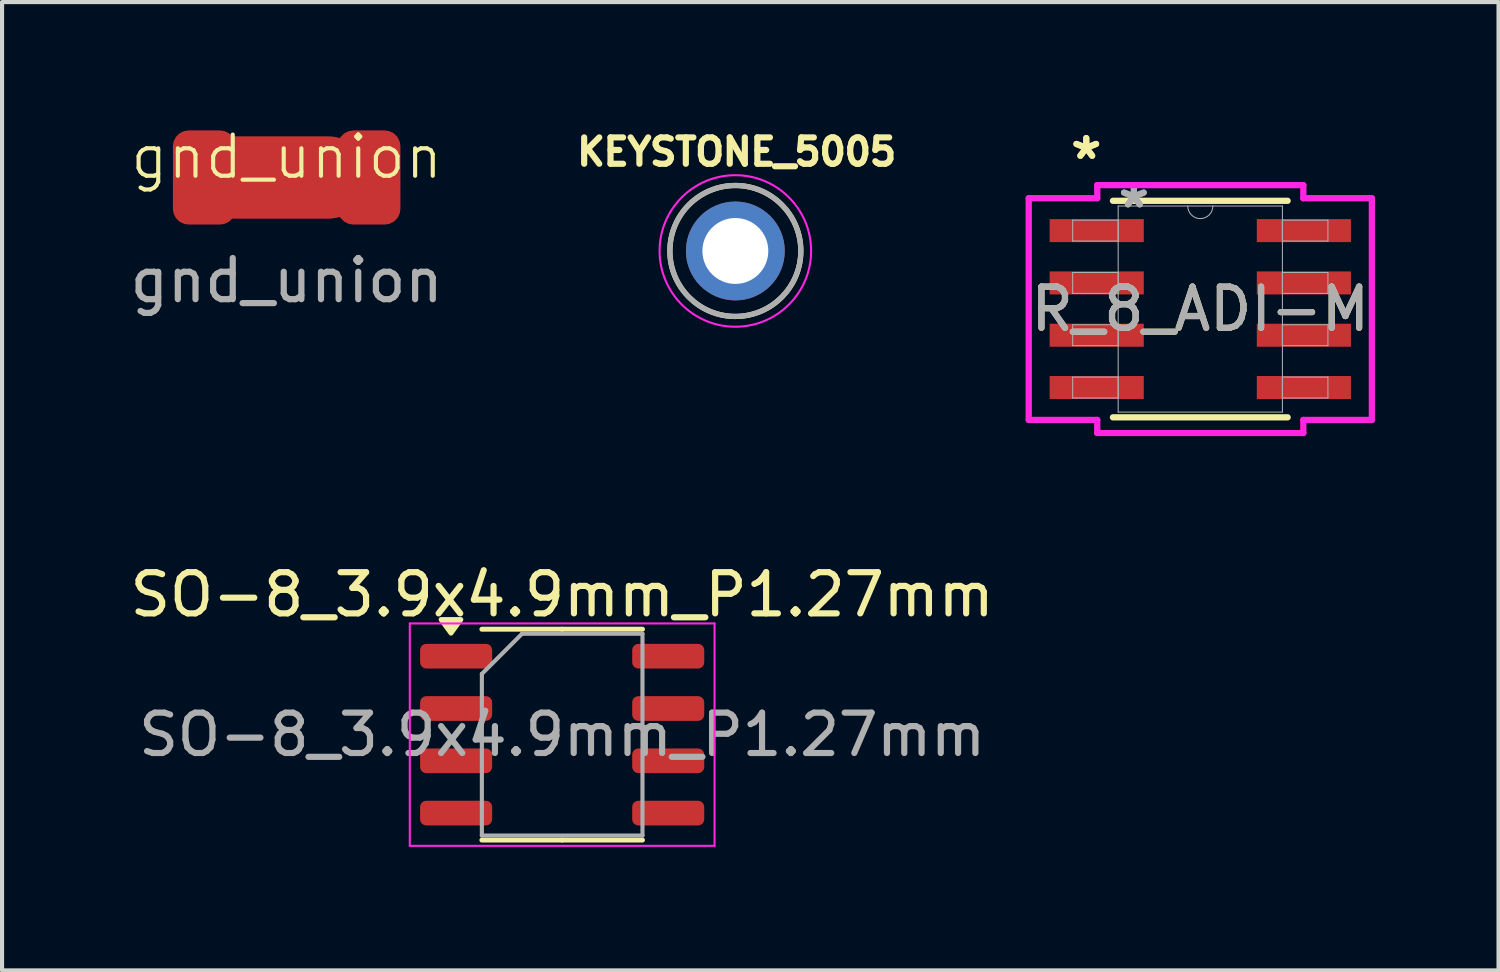
<source format=kicad_pcb>
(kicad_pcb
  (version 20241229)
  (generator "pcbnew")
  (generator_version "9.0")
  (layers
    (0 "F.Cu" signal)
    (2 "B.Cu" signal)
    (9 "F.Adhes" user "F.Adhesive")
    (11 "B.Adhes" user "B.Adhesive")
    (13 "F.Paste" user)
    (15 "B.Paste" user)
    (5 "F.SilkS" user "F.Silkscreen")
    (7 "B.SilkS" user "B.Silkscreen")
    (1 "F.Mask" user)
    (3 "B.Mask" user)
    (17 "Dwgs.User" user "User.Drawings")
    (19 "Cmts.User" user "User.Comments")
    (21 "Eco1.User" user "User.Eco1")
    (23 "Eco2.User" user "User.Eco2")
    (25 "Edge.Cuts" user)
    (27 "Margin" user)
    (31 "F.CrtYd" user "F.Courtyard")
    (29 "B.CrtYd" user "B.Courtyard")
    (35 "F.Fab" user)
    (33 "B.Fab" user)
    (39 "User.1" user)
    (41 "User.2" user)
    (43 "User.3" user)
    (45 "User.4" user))
  (footprint "gnd_union"
    (layer "F.Cu")
    (at 3.911 1.26)
    (property "Reference" "gnd_union" (at 0 -0.5 0) (unlocked yes) (layer "F.SilkS") (effects (font (size 1 1) (thickness 0.1))))
    (attr smd)
    (fp_line (start -1.238 0) (end 1 0) (stroke (width 2) (type solid)) (layer "F.Cu"))
    (fp_text user "${REFERENCE}" (at 0 2.5 0) (unlocked yes) (layer "F.Fab") (effects (font (size 1 1) (thickness 0.15))))
    (pad "1" smd roundrect (at -2 0 90) (size 2.286 1.524) (layers "F.Cu") (roundrect_rratio 0.25))
    (pad "2" smd roundrect (at 2 0 90) (size 2.286 1.524) (layers "F.Cu") (roundrect_rratio 0.25)))
  (footprint "R_8_ADI-M"
    (layer "F.Cu")
    (at 26.096 4.455)
    (property "Reference" "R_8_ADI-M" (at 0 0 0) (unlocked yes) (layer "F.SilkS") (effects (font (size 1 1) (thickness 0.15))))
    (attr smd)
    (fp_line (start -2.121 2.629) (end 2.121 2.629) (stroke (width 0.152) (type solid)) (layer "F.SilkS"))
    (fp_line (start 2.121 -2.629) (end -2.121 -2.629) (stroke (width 0.152) (type solid)) (layer "F.SilkS"))
    (fp_line (start -4.166 -2.692) (end -2.502 -2.692) (stroke (width 0.152) (type solid)) (layer "F.CrtYd"))
    (fp_line (start -4.166 2.692) (end -4.166 -2.692) (stroke (width 0.152) (type solid)) (layer "F.CrtYd"))
    (fp_line (start -4.166 2.692) (end -2.502 2.692) (stroke (width 0.152) (type solid)) (layer "F.CrtYd"))
    (fp_line (start -2.502 -3.01) (end 2.502 -3.01) (stroke (width 0.152) (type solid)) (layer "F.CrtYd"))
    (fp_line (start -2.502 -2.692) (end -2.502 -3.01) (stroke (width 0.152) (type solid)) (layer "F.CrtYd"))
    (fp_line (start -2.502 3.01) (end -2.502 2.692) (stroke (width 0.152) (type solid)) (layer "F.CrtYd"))
    (fp_line (start 2.502 -3.01) (end 2.502 -2.692) (stroke (width 0.152) (type solid)) (layer "F.CrtYd"))
    (fp_line (start 2.502 2.692) (end 2.502 3.01) (stroke (width 0.152) (type solid)) (layer "F.CrtYd"))
    (fp_line (start 2.502 3.01) (end -2.502 3.01) (stroke (width 0.152) (type solid)) (layer "F.CrtYd"))
    (fp_line (start 4.166 -2.692) (end 2.502 -2.692) (stroke (width 0.152) (type solid)) (layer "F.CrtYd"))
    (fp_line (start 4.166 -2.692) (end 4.166 2.692) (stroke (width 0.152) (type solid)) (layer "F.CrtYd"))
    (fp_line (start 4.166 2.692) (end 2.502 2.692) (stroke (width 0.152) (type solid)) (layer "F.CrtYd"))
    (fp_line (start -3.099 -2.159) (end -3.099 -1.651) (stroke (width 0.025) (type solid)) (layer "F.Fab"))
    (fp_line (start -3.099 -1.651) (end -1.994 -1.651) (stroke (width 0.025) (type solid)) (layer "F.Fab"))
    (fp_line (start -3.099 -0.889) (end -3.099 -0.381) (stroke (width 0.025) (type solid)) (layer "F.Fab"))
    (fp_line (start -3.099 -0.381) (end -1.994 -0.381) (stroke (width 0.025) (type solid)) (layer "F.Fab"))
    (fp_line (start -3.099 0.381) (end -3.099 0.889) (stroke (width 0.025) (type solid)) (layer "F.Fab"))
    (fp_line (start -3.099 0.889) (end -1.994 0.889) (stroke (width 0.025) (type solid)) (layer "F.Fab"))
    (fp_line (start -3.099 1.651) (end -3.099 2.159) (stroke (width 0.025) (type solid)) (layer "F.Fab"))
    (fp_line (start -3.099 2.159) (end -1.994 2.159) (stroke (width 0.025) (type solid)) (layer "F.Fab"))
    (fp_line (start -1.994 -2.502) (end -1.994 2.502) (stroke (width 0.025) (type solid)) (layer "F.Fab"))
    (fp_line (start -1.994 -2.159) (end -3.099 -2.159) (stroke (width 0.025) (type solid)) (layer "F.Fab"))
    (fp_line (start -1.994 -1.651) (end -1.994 -2.159) (stroke (width 0.025) (type solid)) (layer "F.Fab"))
    (fp_line (start -1.994 -0.889) (end -3.099 -0.889) (stroke (width 0.025) (type solid)) (layer "F.Fab"))
    (fp_line (start -1.994 -0.381) (end -1.994 -0.889) (stroke (width 0.025) (type solid)) (layer "F.Fab"))
    (fp_line (start -1.994 0.381) (end -3.099 0.381) (stroke (width 0.025) (type solid)) (layer "F.Fab"))
    (fp_line (start -1.994 0.889) (end -1.994 0.381) (stroke (width 0.025) (type solid)) (layer "F.Fab"))
    (fp_line (start -1.994 1.651) (end -3.099 1.651) (stroke (width 0.025) (type solid)) (layer "F.Fab"))
    (fp_line (start -1.994 2.159) (end -1.994 1.651) (stroke (width 0.025) (type solid)) (layer "F.Fab"))
    (fp_line (start -1.994 2.502) (end 1.994 2.502) (stroke (width 0.025) (type solid)) (layer "F.Fab"))
    (fp_line (start 1.994 -2.502) (end -1.994 -2.502) (stroke (width 0.025) (type solid)) (layer "F.Fab"))
    (fp_line (start 1.994 -2.159) (end 1.994 -1.651) (stroke (width 0.025) (type solid)) (layer "F.Fab"))
    (fp_line (start 1.994 -1.651) (end 3.099 -1.651) (stroke (width 0.025) (type solid)) (layer "F.Fab"))
    (fp_line (start 1.994 -0.889) (end 1.994 -0.381) (stroke (width 0.025) (type solid)) (layer "F.Fab"))
    (fp_line (start 1.994 -0.381) (end 3.099 -0.381) (stroke (width 0.025) (type solid)) (layer "F.Fab"))
    (fp_line (start 1.994 0.381) (end 1.994 0.889) (stroke (width 0.025) (type solid)) (layer "F.Fab"))
    (fp_line (start 1.994 0.889) (end 3.099 0.889) (stroke (width 0.025) (type solid)) (layer "F.Fab"))
    (fp_line (start 1.994 1.651) (end 1.994 2.159) (stroke (width 0.025) (type solid)) (layer "F.Fab"))
    (fp_line (start 1.994 2.159) (end 3.099 2.159) (stroke (width 0.025) (type solid)) (layer "F.Fab"))
    (fp_line (start 1.994 2.502) (end 1.994 -2.502) (stroke (width 0.025) (type solid)) (layer "F.Fab"))
    (fp_line (start 3.099 -2.159) (end 1.994 -2.159) (stroke (width 0.025) (type solid)) (layer "F.Fab"))
    (fp_line (start 3.099 -1.651) (end 3.099 -2.159) (stroke (width 0.025) (type solid)) (layer "F.Fab"))
    (fp_line (start 3.099 -0.889) (end 1.994 -0.889) (stroke (width 0.025) (type solid)) (layer "F.Fab"))
    (fp_line (start 3.099 -0.381) (end 3.099 -0.889) (stroke (width 0.025) (type solid)) (layer "F.Fab"))
    (fp_line (start 3.099 0.381) (end 1.994 0.381) (stroke (width 0.025) (type solid)) (layer "F.Fab"))
    (fp_line (start 3.099 0.889) (end 3.099 0.381) (stroke (width 0.025) (type solid)) (layer "F.Fab"))
    (fp_line (start 3.099 1.651) (end 1.994 1.651) (stroke (width 0.025) (type solid)) (layer "F.Fab"))
    (fp_line (start 3.099 2.159) (end 3.099 1.651) (stroke (width 0.025) (type solid)) (layer "F.Fab"))
    (fp_arc (start 0.3048 -2.5019) (mid 0 -2.1971) (end -0.3048 -2.5019) (stroke (width 0.0254) (type solid)) (layer "F.Fab"))
    (fp_text user "*" (at -2.769 -3.607 0) (layer "F.SilkS") (effects (font (size 1 1) (thickness 0.15))))
    (fp_text user "*" (at -2.769 -3.607 0) (unlocked yes) (layer "F.SilkS") (effects (font (size 1 1) (thickness 0.15))))
    (fp_text user "*" (at -1.613 -2.426 0) (layer "F.Fab") (effects (font (size 1 1) (thickness 0.15))))
    (fp_text user "*" (at -1.613 -2.426 0) (unlocked yes) (layer "F.Fab") (effects (font (size 1 1) (thickness 0.15))))
    (fp_text user "${REFERENCE}" (at 0 0 0) (unlocked yes) (layer "F.Fab") (effects (font (size 1 1) (thickness 0.15))))
    (pad "1" smd rect (at -2.515 -1.905) (size 2.286 0.559) (layers "F.Cu" "F.Mask" "F.Paste"))
    (pad "2" smd rect (at -2.515 -0.635) (size 2.286 0.559) (layers "F.Cu" "F.Mask" "F.Paste"))
    (pad "3" smd rect (at -2.515 0.635) (size 2.286 0.559) (layers "F.Cu" "F.Mask" "F.Paste"))
    (pad "4" smd rect (at -2.515 1.905) (size 2.286 0.559) (layers "F.Cu" "F.Mask" "F.Paste"))
    (pad "5" smd rect (at 2.515 1.905) (size 2.286 0.559) (layers "F.Cu" "F.Mask" "F.Paste"))
    (pad "6" smd rect (at 2.515 0.635) (size 2.286 0.559) (layers "F.Cu" "F.Mask" "F.Paste"))
    (pad "7" smd rect (at 2.515 -0.635) (size 2.286 0.559) (layers "F.Cu" "F.Mask" "F.Paste"))
    (pad "8" smd rect (at 2.515 -1.905) (size 2.286 0.559) (layers "F.Cu" "F.Mask" "F.Paste")))
  (footprint "SO-8_3.9x4.9mm_P1.27mm"
    (layer "F.Cu")
    (at 10.601 14.789)
    (property "Reference" "SO-8_3.9x4.9mm_P1.27mm" (at 0 -3.4 0) (layer "F.SilkS") (effects (font (size 1 1) (thickness 0.15))))
    (attr smd)
    (fp_line (start 0 -2.56) (end -1.95 -2.56) (stroke (width 0.12) (type solid)) (layer "F.SilkS"))
    (fp_line (start 0 -2.56) (end 1.95 -2.56) (stroke (width 0.12) (type solid)) (layer "F.SilkS"))
    (fp_line (start 0 2.56) (end -1.95 2.56) (stroke (width 0.12) (type solid)) (layer "F.SilkS"))
    (fp_line (start 0 2.56) (end 1.95 2.56) (stroke (width 0.12) (type solid)) (layer "F.SilkS"))
    (fp_poly (pts (xy -2.7 -2.465) (xy -2.94 -2.795) (xy -2.46 -2.795) (xy -2.7 -2.465)) (stroke (width 0.12) (type solid)) (fill yes) (layer "F.SilkS"))
    (fp_line (start -3.7 -2.7) (end -3.7 2.7) (stroke (width 0.05) (type solid)) (layer "F.CrtYd"))
    (fp_line (start -3.7 2.7) (end 3.7 2.7) (stroke (width 0.05) (type solid)) (layer "F.CrtYd"))
    (fp_line (start 3.7 -2.7) (end -3.7 -2.7) (stroke (width 0.05) (type solid)) (layer "F.CrtYd"))
    (fp_line (start 3.7 2.7) (end 3.7 -2.7) (stroke (width 0.05) (type solid)) (layer "F.CrtYd"))
    (fp_line (start -1.95 -1.475) (end -0.975 -2.45) (stroke (width 0.1) (type solid)) (layer "F.Fab"))
    (fp_line (start -1.95 2.45) (end -1.95 -1.475) (stroke (width 0.1) (type solid)) (layer "F.Fab"))
    (fp_line (start -0.975 -2.45) (end 1.95 -2.45) (stroke (width 0.1) (type solid)) (layer "F.Fab"))
    (fp_line (start 1.95 -2.45) (end 1.95 2.45) (stroke (width 0.1) (type solid)) (layer "F.Fab"))
    (fp_line (start 1.95 2.45) (end -1.95 2.45) (stroke (width 0.1) (type solid)) (layer "F.Fab"))
    (fp_text user "${REFERENCE}" (at 0 0 0) (layer "F.Fab") (effects (font (size 0.98 0.98) (thickness 0.15))))
    (pad "1" smd roundrect (at -2.575 1.905) (size 1.75 0.6) (layers "F.Cu" "F.Mask" "F.Paste") (roundrect_rratio 0.25))
    (pad "2" smd roundrect (at 2.575 -1.905) (size 1.75 0.6) (layers "F.Cu" "F.Mask" "F.Paste") (roundrect_rratio 0.25))
    (pad "2" smd roundrect (at 2.575 -0.635) (size 1.75 0.6) (layers "F.Cu" "F.Mask" "F.Paste") (roundrect_rratio 0.25))
    (pad "2" smd roundrect (at 2.575 0.635) (size 1.75 0.6) (layers "F.Cu" "F.Mask" "F.Paste") (roundrect_rratio 0.25))
    (pad "2" smd roundrect (at 2.575 1.905) (size 1.75 0.6) (layers "F.Cu" "F.Mask" "F.Paste") (roundrect_rratio 0.25))
    (pad "3" smd roundrect (at -2.575 -1.905) (size 1.75 0.6) (layers "F.Cu" "F.Mask" "F.Paste") (roundrect_rratio 0.25))
    (pad "3" smd roundrect (at -2.575 -0.635) (size 1.75 0.6) (layers "F.Cu" "F.Mask" "F.Paste") (roundrect_rratio 0.25))
    (pad "3" smd roundrect (at -2.575 0.635) (size 1.75 0.6) (layers "F.Cu" "F.Mask" "F.Paste") (roundrect_rratio 0.25)))
  (footprint "KEYSTONE_5005"
    (layer "F.Cu")
    (at 14.806 3.044)
    (property "Reference" "KEYSTONE_5005" (at 0.032 -2.406 0) (layer "F.SilkS") (effects (font (size 0.64 0.64) (thickness 0.15))))
    (attr through_hole)
    (fp_circle (center 0 0) (end 1.59 0) (stroke (width 0.127) (type solid)) (fill no) (layer "F.SilkS"))
    (fp_circle (center 0 0) (end 1.84 0) (stroke (width 0.05) (type solid)) (fill no) (layer "F.CrtYd"))
    (fp_circle (center 0 0) (end 1.59 0) (stroke (width 0.127) (type solid)) (fill no) (layer "F.Fab"))
    (pad "1" thru_hole circle (at 0 0) (size 2.4 2.4) (drill 1.6) (layers "*.Cu" "*.Mask")))
  (gr_rect
    (start -3 -3)
    (end 33.338 20.514)
    (stroke (width 0.1) (type default))
    (fill no)
    (layer "Edge.Cuts")))
</source>
